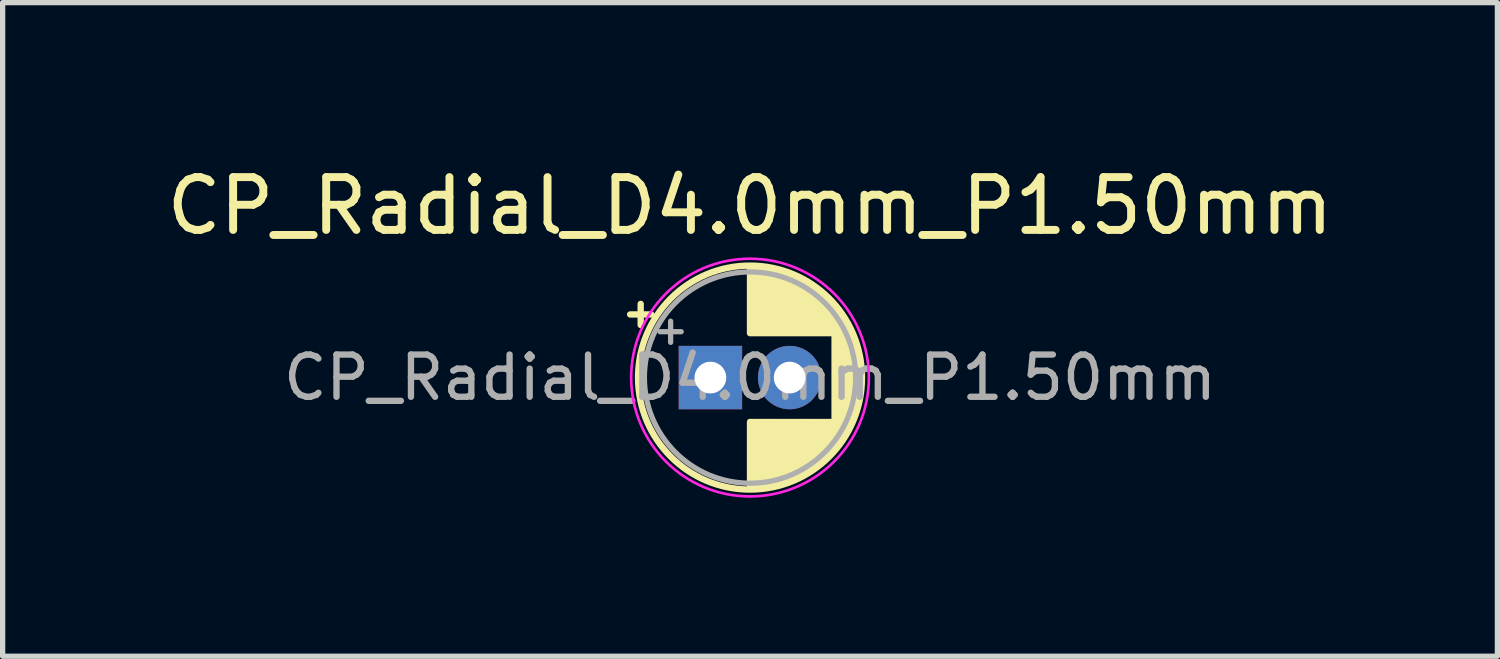
<source format=kicad_pcb>
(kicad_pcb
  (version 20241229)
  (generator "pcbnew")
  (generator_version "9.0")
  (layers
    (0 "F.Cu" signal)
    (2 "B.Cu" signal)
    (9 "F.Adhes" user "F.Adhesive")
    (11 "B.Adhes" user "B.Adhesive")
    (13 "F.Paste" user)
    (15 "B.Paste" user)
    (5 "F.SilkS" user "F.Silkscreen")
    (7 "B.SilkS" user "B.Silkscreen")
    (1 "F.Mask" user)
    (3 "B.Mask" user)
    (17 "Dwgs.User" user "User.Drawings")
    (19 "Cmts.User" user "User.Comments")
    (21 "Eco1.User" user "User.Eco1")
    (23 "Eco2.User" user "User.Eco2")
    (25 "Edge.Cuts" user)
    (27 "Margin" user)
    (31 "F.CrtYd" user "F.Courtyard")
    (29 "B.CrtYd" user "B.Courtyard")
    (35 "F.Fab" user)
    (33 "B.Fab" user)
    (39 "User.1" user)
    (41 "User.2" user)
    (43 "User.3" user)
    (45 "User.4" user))
  (footprint "CP_Radial_D4.0mm_P1.50mm"
    (layer "F.Cu")
    (at 10.399 4.098)
    (property "Reference" "CP_Radial_D4.0mm_P1.50mm" (at 0.75 -3.25 0) (layer "F.SilkS") (effects (font (size 1 1) (thickness 0.15))))
    (attr through_hole)
    (fp_line (start -1.52 -1.195) (end -1.12 -1.195) (stroke (width 0.12) (type solid)) (layer "F.SilkS"))
    (fp_line (start -1.32 -1.395) (end -1.32 -0.995) (stroke (width 0.12) (type solid)) (layer "F.SilkS"))
    (fp_line (start 0.75 -2.08) (end 0.75 -0.84) (stroke (width 0.12) (type solid)) (layer "F.SilkS"))
    (fp_line (start 0.75 0.84) (end 0.75 2.08) (stroke (width 0.12) (type solid)) (layer "F.SilkS"))
    (fp_line (start 0.79 -2.08) (end 0.79 -0.84) (stroke (width 0.12) (type solid)) (layer "F.SilkS"))
    (fp_line (start 0.79 0.84) (end 0.79 2.08) (stroke (width 0.12) (type solid)) (layer "F.SilkS"))
    (fp_line (start 0.83 -2.079) (end 0.83 -0.84) (stroke (width 0.12) (type solid)) (layer "F.SilkS"))
    (fp_line (start 0.83 0.84) (end 0.83 2.079) (stroke (width 0.12) (type solid)) (layer "F.SilkS"))
    (fp_line (start 0.87 -2.077) (end 0.87 -0.84) (stroke (width 0.12) (type solid)) (layer "F.SilkS"))
    (fp_line (start 0.87 0.84) (end 0.87 2.077) (stroke (width 0.12) (type solid)) (layer "F.SilkS"))
    (fp_line (start 0.91 -2.074) (end 0.91 -0.84) (stroke (width 0.12) (type solid)) (layer "F.SilkS"))
    (fp_line (start 0.91 0.84) (end 0.91 2.074) (stroke (width 0.12) (type solid)) (layer "F.SilkS"))
    (fp_line (start 0.95 -2.071) (end 0.95 -0.84) (stroke (width 0.12) (type solid)) (layer "F.SilkS"))
    (fp_line (start 0.95 0.84) (end 0.95 2.071) (stroke (width 0.12) (type solid)) (layer "F.SilkS"))
    (fp_line (start 0.99 -2.067) (end 0.99 -0.84) (stroke (width 0.12) (type solid)) (layer "F.SilkS"))
    (fp_line (start 0.99 0.84) (end 0.99 2.067) (stroke (width 0.12) (type solid)) (layer "F.SilkS"))
    (fp_line (start 1.03 -2.062) (end 1.03 -0.84) (stroke (width 0.12) (type solid)) (layer "F.SilkS"))
    (fp_line (start 1.03 0.84) (end 1.03 2.062) (stroke (width 0.12) (type solid)) (layer "F.SilkS"))
    (fp_line (start 1.07 -2.056) (end 1.07 -0.84) (stroke (width 0.12) (type solid)) (layer "F.SilkS"))
    (fp_line (start 1.07 0.84) (end 1.07 2.056) (stroke (width 0.12) (type solid)) (layer "F.SilkS"))
    (fp_line (start 1.11 -2.05) (end 1.11 -0.84) (stroke (width 0.12) (type solid)) (layer "F.SilkS"))
    (fp_line (start 1.11 0.84) (end 1.11 2.05) (stroke (width 0.12) (type solid)) (layer "F.SilkS"))
    (fp_line (start 1.15 -2.042) (end 1.15 -0.84) (stroke (width 0.12) (type solid)) (layer "F.SilkS"))
    (fp_line (start 1.15 0.84) (end 1.15 2.042) (stroke (width 0.12) (type solid)) (layer "F.SilkS"))
    (fp_line (start 1.19 -2.034) (end 1.19 -0.84) (stroke (width 0.12) (type solid)) (layer "F.SilkS"))
    (fp_line (start 1.19 0.84) (end 1.19 2.034) (stroke (width 0.12) (type solid)) (layer "F.SilkS"))
    (fp_line (start 1.23 -2.025) (end 1.23 -0.84) (stroke (width 0.12) (type solid)) (layer "F.SilkS"))
    (fp_line (start 1.23 0.84) (end 1.23 2.025) (stroke (width 0.12) (type solid)) (layer "F.SilkS"))
    (fp_line (start 1.27 -2.016) (end 1.27 -0.84) (stroke (width 0.12) (type solid)) (layer "F.SilkS"))
    (fp_line (start 1.27 0.84) (end 1.27 2.016) (stroke (width 0.12) (type solid)) (layer "F.SilkS"))
    (fp_line (start 1.31 -2.005) (end 1.31 -0.84) (stroke (width 0.12) (type solid)) (layer "F.SilkS"))
    (fp_line (start 1.31 0.84) (end 1.31 2.005) (stroke (width 0.12) (type solid)) (layer "F.SilkS"))
    (fp_line (start 1.35 -1.994) (end 1.35 -0.84) (stroke (width 0.12) (type solid)) (layer "F.SilkS"))
    (fp_line (start 1.35 0.84) (end 1.35 1.994) (stroke (width 0.12) (type solid)) (layer "F.SilkS"))
    (fp_line (start 1.39 -1.982) (end 1.39 -0.84) (stroke (width 0.12) (type solid)) (layer "F.SilkS"))
    (fp_line (start 1.39 0.84) (end 1.39 1.982) (stroke (width 0.12) (type solid)) (layer "F.SilkS"))
    (fp_line (start 1.43 -1.968) (end 1.43 -0.84) (stroke (width 0.12) (type solid)) (layer "F.SilkS"))
    (fp_line (start 1.43 0.84) (end 1.43 1.968) (stroke (width 0.12) (type solid)) (layer "F.SilkS"))
    (fp_line (start 1.471 -1.954) (end 1.471 -0.84) (stroke (width 0.12) (type solid)) (layer "F.SilkS"))
    (fp_line (start 1.471 0.84) (end 1.471 1.954) (stroke (width 0.12) (type solid)) (layer "F.SilkS"))
    (fp_line (start 1.511 -1.94) (end 1.511 -0.84) (stroke (width 0.12) (type solid)) (layer "F.SilkS"))
    (fp_line (start 1.511 0.84) (end 1.511 1.94) (stroke (width 0.12) (type solid)) (layer "F.SilkS"))
    (fp_line (start 1.551 -1.924) (end 1.551 -0.84) (stroke (width 0.12) (type solid)) (layer "F.SilkS"))
    (fp_line (start 1.551 0.84) (end 1.551 1.924) (stroke (width 0.12) (type solid)) (layer "F.SilkS"))
    (fp_line (start 1.591 -1.907) (end 1.591 -0.84) (stroke (width 0.12) (type solid)) (layer "F.SilkS"))
    (fp_line (start 1.591 0.84) (end 1.591 1.907) (stroke (width 0.12) (type solid)) (layer "F.SilkS"))
    (fp_line (start 1.631 -1.889) (end 1.631 -0.84) (stroke (width 0.12) (type solid)) (layer "F.SilkS"))
    (fp_line (start 1.631 0.84) (end 1.631 1.889) (stroke (width 0.12) (type solid)) (layer "F.SilkS"))
    (fp_line (start 1.671 -1.87) (end 1.671 -0.84) (stroke (width 0.12) (type solid)) (layer "F.SilkS"))
    (fp_line (start 1.671 0.84) (end 1.671 1.87) (stroke (width 0.12) (type solid)) (layer "F.SilkS"))
    (fp_line (start 1.711 -1.851) (end 1.711 -0.84) (stroke (width 0.12) (type solid)) (layer "F.SilkS"))
    (fp_line (start 1.711 0.84) (end 1.711 1.851) (stroke (width 0.12) (type solid)) (layer "F.SilkS"))
    (fp_line (start 1.751 -1.83) (end 1.751 -0.84) (stroke (width 0.12) (type solid)) (layer "F.SilkS"))
    (fp_line (start 1.751 0.84) (end 1.751 1.83) (stroke (width 0.12) (type solid)) (layer "F.SilkS"))
    (fp_line (start 1.791 -1.808) (end 1.791 -0.84) (stroke (width 0.12) (type solid)) (layer "F.SilkS"))
    (fp_line (start 1.791 0.84) (end 1.791 1.808) (stroke (width 0.12) (type solid)) (layer "F.SilkS"))
    (fp_line (start 1.831 -1.785) (end 1.831 -0.84) (stroke (width 0.12) (type solid)) (layer "F.SilkS"))
    (fp_line (start 1.831 0.84) (end 1.831 1.785) (stroke (width 0.12) (type solid)) (layer "F.SilkS"))
    (fp_line (start 1.871 -1.76) (end 1.871 -0.84) (stroke (width 0.12) (type solid)) (layer "F.SilkS"))
    (fp_line (start 1.871 0.84) (end 1.871 1.76) (stroke (width 0.12) (type solid)) (layer "F.SilkS"))
    (fp_line (start 1.911 -1.735) (end 1.911 -0.84) (stroke (width 0.12) (type solid)) (layer "F.SilkS"))
    (fp_line (start 1.911 0.84) (end 1.911 1.735) (stroke (width 0.12) (type solid)) (layer "F.SilkS"))
    (fp_line (start 1.951 -1.708) (end 1.951 -0.84) (stroke (width 0.12) (type solid)) (layer "F.SilkS"))
    (fp_line (start 1.951 0.84) (end 1.951 1.708) (stroke (width 0.12) (type solid)) (layer "F.SilkS"))
    (fp_line (start 1.991 -1.68) (end 1.991 -0.84) (stroke (width 0.12) (type solid)) (layer "F.SilkS"))
    (fp_line (start 1.991 0.84) (end 1.991 1.68) (stroke (width 0.12) (type solid)) (layer "F.SilkS"))
    (fp_line (start 2.031 -1.65) (end 2.031 -0.84) (stroke (width 0.12) (type solid)) (layer "F.SilkS"))
    (fp_line (start 2.031 0.84) (end 2.031 1.65) (stroke (width 0.12) (type solid)) (layer "F.SilkS"))
    (fp_line (start 2.071 -1.619) (end 2.071 -0.84) (stroke (width 0.12) (type solid)) (layer "F.SilkS"))
    (fp_line (start 2.071 0.84) (end 2.071 1.619) (stroke (width 0.12) (type solid)) (layer "F.SilkS"))
    (fp_line (start 2.111 -1.587) (end 2.111 -0.84) (stroke (width 0.12) (type solid)) (layer "F.SilkS"))
    (fp_line (start 2.111 0.84) (end 2.111 1.587) (stroke (width 0.12) (type solid)) (layer "F.SilkS"))
    (fp_line (start 2.151 -1.552) (end 2.151 -0.84) (stroke (width 0.12) (type solid)) (layer "F.SilkS"))
    (fp_line (start 2.151 0.84) (end 2.151 1.552) (stroke (width 0.12) (type solid)) (layer "F.SilkS"))
    (fp_line (start 2.191 -1.516) (end 2.191 -0.84) (stroke (width 0.12) (type solid)) (layer "F.SilkS"))
    (fp_line (start 2.191 0.84) (end 2.191 1.516) (stroke (width 0.12) (type solid)) (layer "F.SilkS"))
    (fp_line (start 2.231 -1.478) (end 2.231 -0.84) (stroke (width 0.12) (type solid)) (layer "F.SilkS"))
    (fp_line (start 2.231 0.84) (end 2.231 1.478) (stroke (width 0.12) (type solid)) (layer "F.SilkS"))
    (fp_line (start 2.271 -1.438) (end 2.271 -0.84) (stroke (width 0.12) (type solid)) (layer "F.SilkS"))
    (fp_line (start 2.271 0.84) (end 2.271 1.438) (stroke (width 0.12) (type solid)) (layer "F.SilkS"))
    (fp_line (start 2.311 -1.396) (end 2.311 -0.84) (stroke (width 0.12) (type solid)) (layer "F.SilkS"))
    (fp_line (start 2.311 0.84) (end 2.311 1.396) (stroke (width 0.12) (type solid)) (layer "F.SilkS"))
    (fp_line (start 2.351 -1.351) (end 2.351 1.351) (stroke (width 0.12) (type solid)) (layer "F.SilkS"))
    (fp_line (start 2.391 -1.304) (end 2.391 1.304) (stroke (width 0.12) (type solid)) (layer "F.SilkS"))
    (fp_line (start 2.431 -1.254) (end 2.431 1.254) (stroke (width 0.12) (type solid)) (layer "F.SilkS"))
    (fp_line (start 2.471 -1.2) (end 2.471 1.2) (stroke (width 0.12) (type solid)) (layer "F.SilkS"))
    (fp_line (start 2.511 -1.142) (end 2.511 1.142) (stroke (width 0.12) (type solid)) (layer "F.SilkS"))
    (fp_line (start 2.551 -1.08) (end 2.551 1.08) (stroke (width 0.12) (type solid)) (layer "F.SilkS"))
    (fp_line (start 2.591 -1.013) (end 2.591 1.013) (stroke (width 0.12) (type solid)) (layer "F.SilkS"))
    (fp_line (start 2.631 -0.94) (end 2.631 0.94) (stroke (width 0.12) (type solid)) (layer "F.SilkS"))
    (fp_line (start 2.671 -0.859) (end 2.671 0.859) (stroke (width 0.12) (type solid)) (layer "F.SilkS"))
    (fp_line (start 2.711 -0.768) (end 2.711 0.768) (stroke (width 0.12) (type solid)) (layer "F.SilkS"))
    (fp_line (start 2.751 -0.664) (end 2.751 0.664) (stroke (width 0.12) (type solid)) (layer "F.SilkS"))
    (fp_line (start 2.791 -0.537) (end 2.791 0.537) (stroke (width 0.12) (type solid)) (layer "F.SilkS"))
    (fp_line (start 2.831 -0.37) (end 2.831 0.37) (stroke (width 0.12) (type solid)) (layer "F.SilkS"))
    (fp_circle (center 0.75 0) (end 2.87 0) (stroke (width 0.12) (type solid)) (fill no) (layer "F.SilkS"))
    (fp_circle (center 0.75 0) (end 3 0) (stroke (width 0.05) (type solid)) (fill no) (layer "F.CrtYd"))
    (fp_line (start -0.953 -0.868) (end -0.553 -0.868) (stroke (width 0.1) (type solid)) (layer "F.Fab"))
    (fp_line (start -0.753 -1.067) (end -0.753 -0.667) (stroke (width 0.1) (type solid)) (layer "F.Fab"))
    (fp_circle (center 0.75 0) (end 2.75 0) (stroke (width 0.1) (type solid)) (fill no) (layer "F.Fab"))
    (fp_text user "${REFERENCE}" (at 0.75 0 0) (layer "F.Fab") (effects (font (size 0.8 0.8) (thickness 0.12))))
    (pad "1" thru_hole rect (at 0 0) (size 1.2 1.2) (drill 0.6) (layers "*.Cu" "*.Mask"))
    (pad "2" thru_hole circle (at 1.5 0) (size 1.2 1.2) (drill 0.6) (layers "*.Cu" "*.Mask")))
  (gr_rect
    (start -3 -3)
    (end 25.298 9.373)
    (stroke (width 0.1) (type default))
    (fill no)
    (layer "Edge.Cuts")))
</source>
